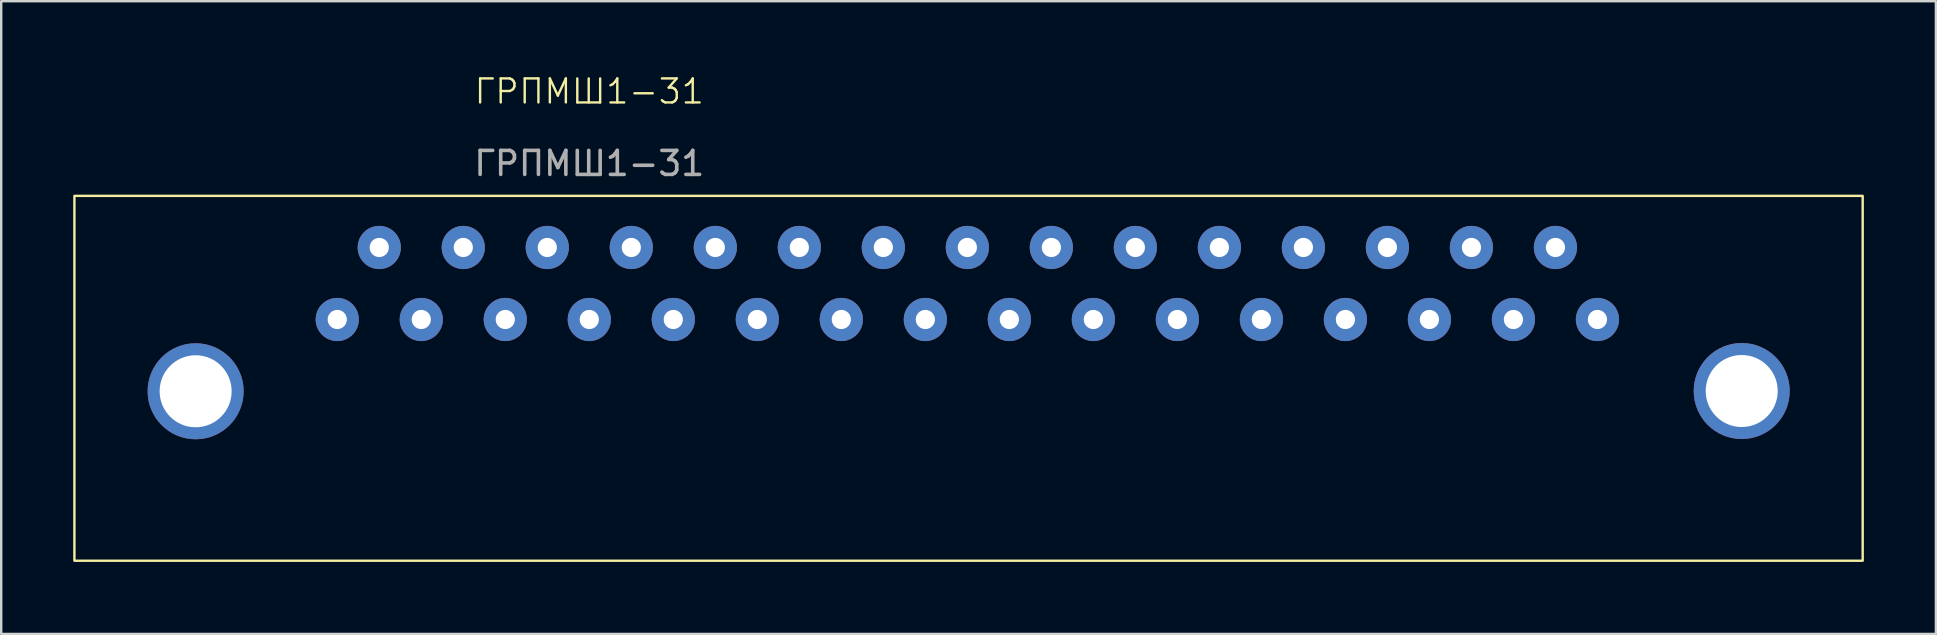
<source format=kicad_pcb>
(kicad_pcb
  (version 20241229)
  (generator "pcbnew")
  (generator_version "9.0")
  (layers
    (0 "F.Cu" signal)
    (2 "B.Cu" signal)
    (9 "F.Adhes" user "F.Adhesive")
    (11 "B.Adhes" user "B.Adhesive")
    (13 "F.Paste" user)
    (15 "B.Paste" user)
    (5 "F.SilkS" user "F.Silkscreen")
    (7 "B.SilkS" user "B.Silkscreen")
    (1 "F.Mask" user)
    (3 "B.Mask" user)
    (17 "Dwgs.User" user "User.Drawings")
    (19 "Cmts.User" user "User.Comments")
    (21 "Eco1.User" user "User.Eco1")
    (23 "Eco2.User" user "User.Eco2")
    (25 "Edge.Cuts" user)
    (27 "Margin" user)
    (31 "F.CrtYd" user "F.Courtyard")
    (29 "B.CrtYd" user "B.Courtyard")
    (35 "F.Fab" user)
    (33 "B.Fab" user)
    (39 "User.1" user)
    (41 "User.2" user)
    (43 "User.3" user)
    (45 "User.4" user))
  (footprint "ГРПМШ1-31"
    (layer "F.Cu")
    (at 21.5 1.26)
    (property "Reference" "ГРПМШ1-31" (at 0 -0.5 0) (unlocked yes) (layer "F.SilkS") (effects (font (size 1 1) (thickness 0.1))))
    (attr smd)
    (fp_rect (start 53.05 19.05) (end -21.45 3.85) (stroke (width 0.1) (type default)) (fill no) (layer "F.SilkS"))
    (fp_text user "${REFERENCE}" (at 0 2.5 0) (unlocked yes) (layer "F.Fab") (effects (font (size 1 1) (thickness 0.15))))
    (pad "1" thru_hole circle (at -10.5 9) (size 1.8 1.8) (drill 0.8) (layers "*.Cu" "*.Mask"))
    (pad "2" thru_hole circle (at -8.75 6) (size 1.8 1.8) (drill 0.8) (layers "*.Cu" "*.Mask"))
    (pad "3" thru_hole circle (at -7 9) (size 1.8 1.8) (drill 0.8) (layers "*.Cu" "*.Mask"))
    (pad "4" thru_hole circle (at -5.25 6) (size 1.8 1.8) (drill 0.8) (layers "*.Cu" "*.Mask"))
    (pad "5" thru_hole circle (at -3.5 9) (size 1.8 1.8) (drill 0.8) (layers "*.Cu" "*.Mask"))
    (pad "6" thru_hole circle (at -1.75 6) (size 1.8 1.8) (drill 0.8) (layers "*.Cu" "*.Mask"))
    (pad "7" thru_hole circle (at 0 9) (size 1.8 1.8) (drill 0.8) (layers "*.Cu" "*.Mask"))
    (pad "8" thru_hole circle (at 1.75 6) (size 1.8 1.8) (drill 0.8) (layers "*.Cu" "*.Mask"))
    (pad "9" thru_hole circle (at 3.5 9) (size 1.8 1.8) (drill 0.8) (layers "*.Cu" "*.Mask"))
    (pad "10" thru_hole circle (at 5.25 6) (size 1.8 1.8) (drill 0.8) (layers "*.Cu" "*.Mask"))
    (pad "11" thru_hole circle (at 7 9) (size 1.8 1.8) (drill 0.8) (layers "*.Cu" "*.Mask"))
    (pad "12" thru_hole circle (at 8.75 6) (size 1.8 1.8) (drill 0.8) (layers "*.Cu" "*.Mask"))
    (pad "13" thru_hole circle (at 10.5 9) (size 1.8 1.8) (drill 0.8) (layers "*.Cu" "*.Mask"))
    (pad "14" thru_hole circle (at 12.25 6) (size 1.8 1.8) (drill 0.8) (layers "*.Cu" "*.Mask"))
    (pad "15" thru_hole circle (at 14 9) (size 1.8 1.8) (drill 0.8) (layers "*.Cu" "*.Mask"))
    (pad "16" thru_hole circle (at 15.75 6) (size 1.8 1.8) (drill 0.8) (layers "*.Cu" "*.Mask"))
    (pad "17" thru_hole circle (at 17.5 9) (size 1.8 1.8) (drill 0.8) (layers "*.Cu" "*.Mask"))
    (pad "18" thru_hole circle (at 19.25 6) (size 1.8 1.8) (drill 0.8) (layers "*.Cu" "*.Mask"))
    (pad "19" thru_hole circle (at 21 9) (size 1.8 1.8) (drill 0.8) (layers "*.Cu" "*.Mask"))
    (pad "20" thru_hole circle (at 22.75 6) (size 1.8 1.8) (drill 0.8) (layers "*.Cu" "*.Mask"))
    (pad "21" thru_hole circle (at 24.5 9) (size 1.8 1.8) (drill 0.8) (layers "*.Cu" "*.Mask"))
    (pad "22" thru_hole circle (at 26.25 6) (size 1.8 1.8) (drill 0.8) (layers "*.Cu" "*.Mask"))
    (pad "23" thru_hole circle (at 28 9) (size 1.8 1.8) (drill 0.8) (layers "*.Cu" "*.Mask"))
    (pad "24" thru_hole circle (at 29.75 6) (size 1.8 1.8) (drill 0.8) (layers "*.Cu" "*.Mask"))
    (pad "25" thru_hole circle (at 31.5 9) (size 1.8 1.8) (drill 0.8) (layers "*.Cu" "*.Mask"))
    (pad "26" thru_hole circle (at 33.25 6) (size 1.8 1.8) (drill 0.8) (layers "*.Cu" "*.Mask"))
    (pad "27" thru_hole circle (at 35 9) (size 1.8 1.8) (drill 0.8) (layers "*.Cu" "*.Mask"))
    (pad "28" thru_hole circle (at 36.75 6) (size 1.8 1.8) (drill 0.8) (layers "*.Cu" "*.Mask"))
    (pad "29" thru_hole circle (at 38.5 9) (size 1.8 1.8) (drill 0.8) (layers "*.Cu" "*.Mask"))
    (pad "30" thru_hole circle (at 40.25 6) (size 1.8 1.8) (drill 0.8) (layers "*.Cu" "*.Mask"))
    (pad "31" thru_hole circle (at 42 9) (size 1.8 1.8) (drill 0.8) (layers "*.Cu" "*.Mask"))
    (pad "32" thru_hole circle (at 48.01 11.98) (size 4 4) (drill 3) (layers "*.Cu" "*.Mask"))
    (pad "33" thru_hole circle (at -16.4 11.99) (size 4 4) (drill 3) (layers "*.Cu" "*.Mask")))
  (gr_rect
    (start -3 -3)
    (end 77.6 23.36)
    (stroke (width 0.1) (type default))
    (fill no)
    (layer "Edge.Cuts")))
</source>
